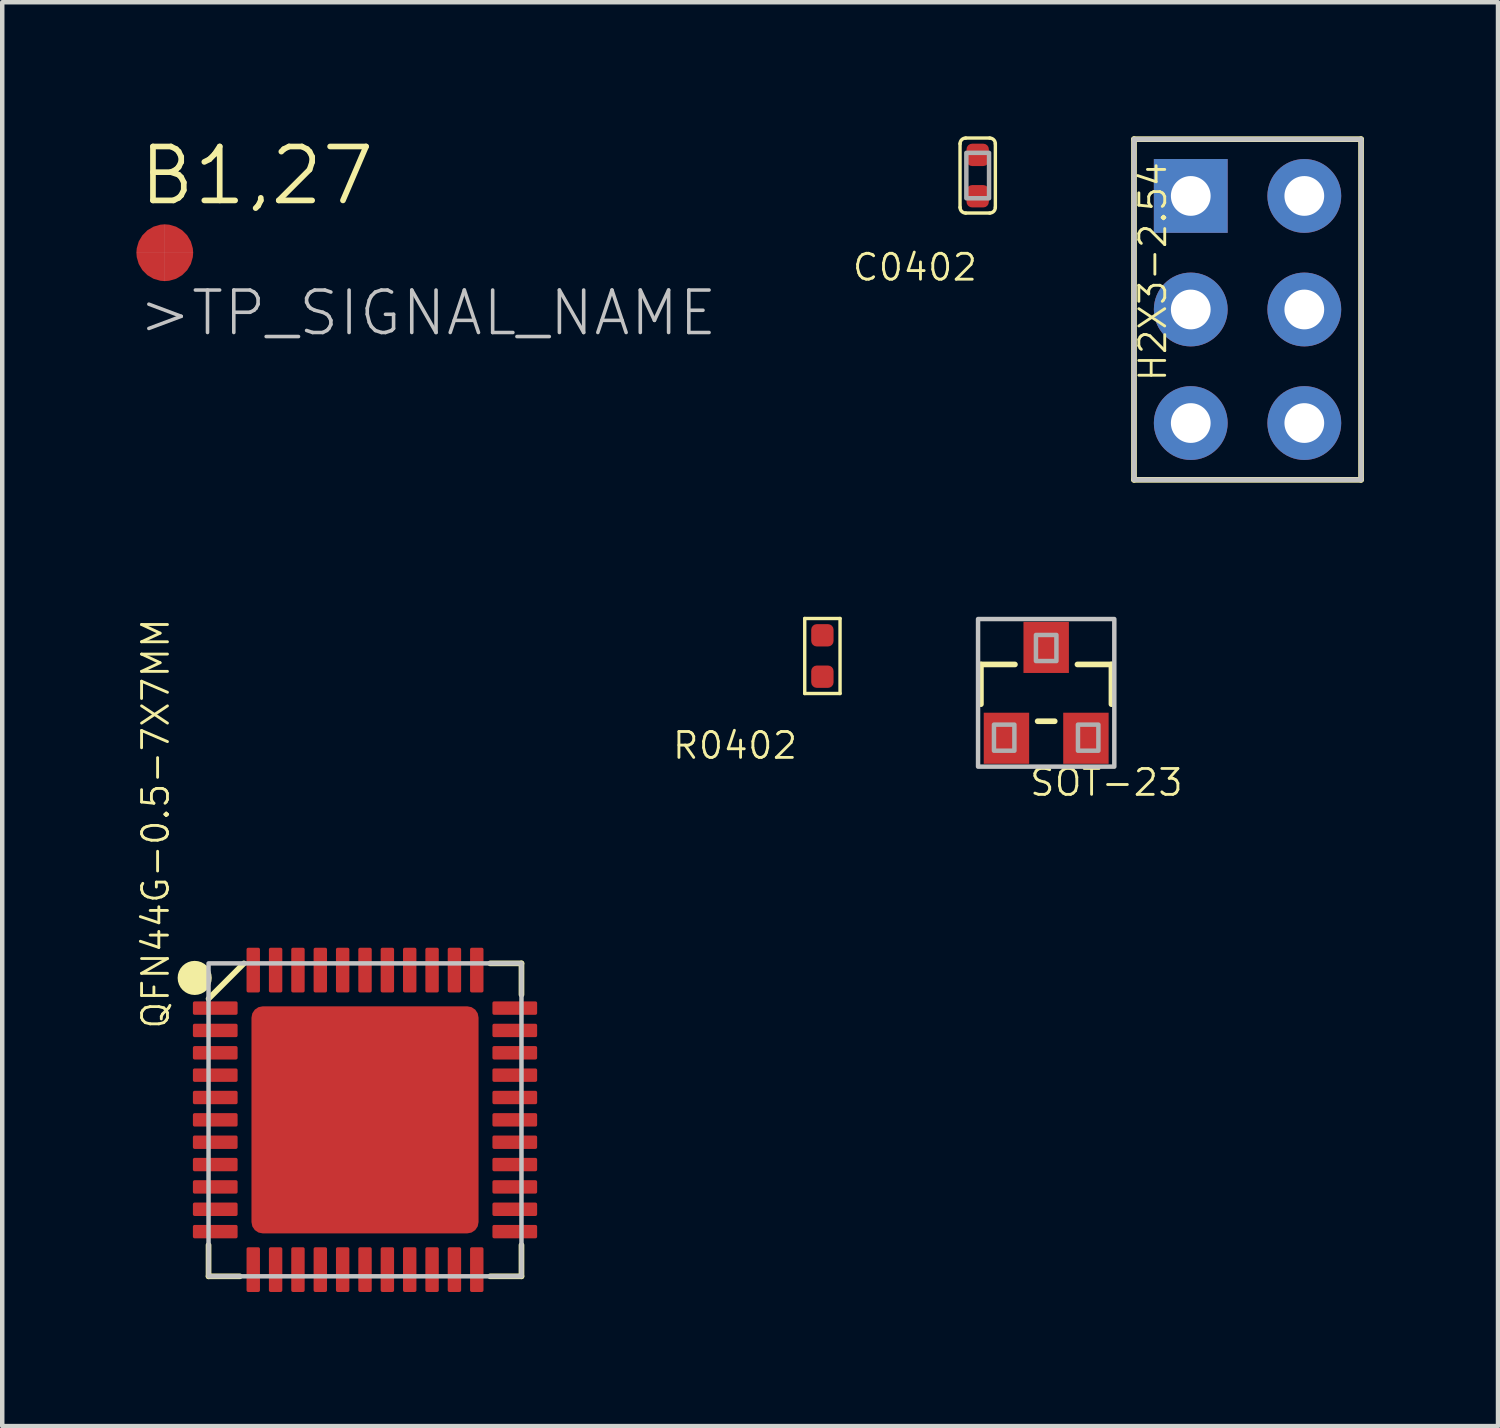
<source format=kicad_pcb>
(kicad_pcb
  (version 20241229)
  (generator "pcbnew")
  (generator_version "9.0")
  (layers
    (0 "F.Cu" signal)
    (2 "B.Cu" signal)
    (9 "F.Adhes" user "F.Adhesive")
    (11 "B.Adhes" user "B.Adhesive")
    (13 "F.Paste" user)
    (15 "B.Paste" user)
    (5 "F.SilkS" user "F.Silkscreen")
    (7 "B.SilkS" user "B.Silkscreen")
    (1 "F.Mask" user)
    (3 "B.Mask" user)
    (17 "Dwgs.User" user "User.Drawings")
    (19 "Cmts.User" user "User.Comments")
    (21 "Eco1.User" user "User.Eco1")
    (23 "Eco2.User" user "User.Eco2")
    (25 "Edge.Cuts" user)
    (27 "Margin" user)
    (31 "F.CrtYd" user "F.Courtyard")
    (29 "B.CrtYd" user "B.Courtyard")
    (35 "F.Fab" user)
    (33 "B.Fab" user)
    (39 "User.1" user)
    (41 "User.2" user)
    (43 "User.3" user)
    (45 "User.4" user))
  (footprint "QFN44G-0.5-7X7MM"
    (layer "F.Cu")
    (at 5.115 22)
    (property "Reference" "QFN44G-0.5-7X7MM" (at -4.345 -1.995 90) (layer "F.SilkS") (effects (font (size 0.579 0.579) (thickness 0.064)) (justify left bottom)))
    (attr through_hole)
    (fp_line (start -3.5 -2.709) (end -2.709 -3.5) (stroke (width 0.127) (type solid)) (layer "F.SilkS"))
    (fp_line (start -3.5 2.8) (end -3.5 3.5) (stroke (width 0.127) (type solid)) (layer "F.SilkS"))
    (fp_line (start -3.5 3.5) (end -2.8 3.5) (stroke (width 0.127) (type solid)) (layer "F.SilkS"))
    (fp_line (start 2.8 3.5) (end 3.5 3.5) (stroke (width 0.127) (type solid)) (layer "F.SilkS"))
    (fp_line (start 3.5 -3.5) (end 2.8 -3.5) (stroke (width 0.127) (type solid)) (layer "F.SilkS"))
    (fp_line (start 3.5 -2.8) (end 3.5 -3.5) (stroke (width 0.127) (type solid)) (layer "F.SilkS"))
    (fp_line (start 3.5 3.5) (end 3.5 2.8) (stroke (width 0.127) (type solid)) (layer "F.SilkS"))
    (fp_circle (center -3.81 -3.175) (end -3.619 -3.175) (stroke (width 0.381) (type solid)) (fill no) (layer "F.SilkS"))
    (fp_poly (pts (xy -3.5 3.5) (xy 3.5 3.5) (xy 3.5 -3.5) (xy -3.5 -3.5)) (stroke (width 0.1) (type solid)) (fill no) (layer "Dwgs.User"))
    (pad "1" smd roundrect (at -3.35 -2.5 180) (size 1 0.3) (layers "F.Cu" "F.Mask" "F.Paste") (roundrect_rratio 0.125))
    (pad "2" smd roundrect (at -3.35 -2 180) (size 1 0.3) (layers "F.Cu" "F.Mask" "F.Paste") (roundrect_rratio 0.125))
    (pad "3" smd roundrect (at -3.35 -1.5 180) (size 1 0.3) (layers "F.Cu" "F.Mask" "F.Paste") (roundrect_rratio 0.125))
    (pad "4" smd roundrect (at -3.35 -1 180) (size 1 0.3) (layers "F.Cu" "F.Mask" "F.Paste") (roundrect_rratio 0.125))
    (pad "5" smd roundrect (at -3.35 -0.5 180) (size 1 0.3) (layers "F.Cu" "F.Mask" "F.Paste") (roundrect_rratio 0.125))
    (pad "6" smd roundrect (at -3.35 0 180) (size 1 0.3) (layers "F.Cu" "F.Mask" "F.Paste") (roundrect_rratio 0.125))
    (pad "7" smd roundrect (at -3.35 0.5 180) (size 1 0.3) (layers "F.Cu" "F.Mask" "F.Paste") (roundrect_rratio 0.125))
    (pad "8" smd roundrect (at -3.35 1 180) (size 1 0.3) (layers "F.Cu" "F.Mask" "F.Paste") (roundrect_rratio 0.125))
    (pad "9" smd roundrect (at -3.35 1.5 180) (size 1 0.3) (layers "F.Cu" "F.Mask" "F.Paste") (roundrect_rratio 0.125))
    (pad "10" smd roundrect (at -3.35 2 180) (size 1 0.3) (layers "F.Cu" "F.Mask" "F.Paste") (roundrect_rratio 0.125))
    (pad "11" smd roundrect (at -3.35 2.5 180) (size 1 0.3) (layers "F.Cu" "F.Mask" "F.Paste") (roundrect_rratio 0.125))
    (pad "12" smd roundrect (at -2.5 3.35 270) (size 1 0.3) (layers "F.Cu" "F.Mask" "F.Paste") (roundrect_rratio 0.125))
    (pad "13" smd roundrect (at -2 3.35 270) (size 1 0.3) (layers "F.Cu" "F.Mask" "F.Paste") (roundrect_rratio 0.125))
    (pad "14" smd roundrect (at -1.5 3.35 270) (size 1 0.3) (layers "F.Cu" "F.Mask" "F.Paste") (roundrect_rratio 0.125))
    (pad "15" smd roundrect (at -1 3.35 270) (size 1 0.3) (layers "F.Cu" "F.Mask" "F.Paste") (roundrect_rratio 0.125))
    (pad "16" smd roundrect (at -0.5 3.35 270) (size 1 0.3) (layers "F.Cu" "F.Mask" "F.Paste") (roundrect_rratio 0.125))
    (pad "17" smd roundrect (at 0 3.35 270) (size 1 0.3) (layers "F.Cu" "F.Mask" "F.Paste") (roundrect_rratio 0.125))
    (pad "18" smd roundrect (at 0.5 3.35 270) (size 1 0.3) (layers "F.Cu" "F.Mask" "F.Paste") (roundrect_rratio 0.125))
    (pad "19" smd roundrect (at 1 3.35 270) (size 1 0.3) (layers "F.Cu" "F.Mask" "F.Paste") (roundrect_rratio 0.125))
    (pad "20" smd roundrect (at 1.5 3.35 270) (size 1 0.3) (layers "F.Cu" "F.Mask" "F.Paste") (roundrect_rratio 0.125))
    (pad "21" smd roundrect (at 2 3.35 270) (size 1 0.3) (layers "F.Cu" "F.Mask" "F.Paste") (roundrect_rratio 0.125))
    (pad "22" smd roundrect (at 2.5 3.35 270) (size 1 0.3) (layers "F.Cu" "F.Mask" "F.Paste") (roundrect_rratio 0.125))
    (pad "23" smd roundrect (at 3.35 2.5) (size 1 0.3) (layers "F.Cu" "F.Mask" "F.Paste") (roundrect_rratio 0.125))
    (pad "24" smd roundrect (at 3.35 2) (size 1 0.3) (layers "F.Cu" "F.Mask" "F.Paste") (roundrect_rratio 0.125))
    (pad "25" smd roundrect (at 3.35 1.5) (size 1 0.3) (layers "F.Cu" "F.Mask" "F.Paste") (roundrect_rratio 0.125))
    (pad "26" smd roundrect (at 3.35 1) (size 1 0.3) (layers "F.Cu" "F.Mask" "F.Paste") (roundrect_rratio 0.125))
    (pad "27" smd roundrect (at 3.35 0.5) (size 1 0.3) (layers "F.Cu" "F.Mask" "F.Paste") (roundrect_rratio 0.125))
    (pad "28" smd roundrect (at 3.35 0) (size 1 0.3) (layers "F.Cu" "F.Mask" "F.Paste") (roundrect_rratio 0.125))
    (pad "29" smd roundrect (at 3.35 -0.5) (size 1 0.3) (layers "F.Cu" "F.Mask" "F.Paste") (roundrect_rratio 0.125))
    (pad "30" smd roundrect (at 3.35 -1) (size 1 0.3) (layers "F.Cu" "F.Mask" "F.Paste") (roundrect_rratio 0.125))
    (pad "31" smd roundrect (at 3.35 -1.5) (size 1 0.3) (layers "F.Cu" "F.Mask" "F.Paste") (roundrect_rratio 0.125))
    (pad "32" smd roundrect (at 3.35 -2) (size 1 0.3) (layers "F.Cu" "F.Mask" "F.Paste") (roundrect_rratio 0.125))
    (pad "33" smd roundrect (at 3.35 -2.5) (size 1 0.3) (layers "F.Cu" "F.Mask" "F.Paste") (roundrect_rratio 0.125))
    (pad "34" smd roundrect (at 2.5 -3.35 90) (size 1 0.3) (layers "F.Cu" "F.Mask" "F.Paste") (roundrect_rratio 0.125))
    (pad "35" smd roundrect (at 2 -3.35 90) (size 1 0.3) (layers "F.Cu" "F.Mask" "F.Paste") (roundrect_rratio 0.125))
    (pad "36" smd roundrect (at 1.5 -3.35 90) (size 1 0.3) (layers "F.Cu" "F.Mask" "F.Paste") (roundrect_rratio 0.125))
    (pad "37" smd roundrect (at 1 -3.35 90) (size 1 0.3) (layers "F.Cu" "F.Mask" "F.Paste") (roundrect_rratio 0.125))
    (pad "38" smd roundrect (at 0.5 -3.35 90) (size 1 0.3) (layers "F.Cu" "F.Mask" "F.Paste") (roundrect_rratio 0.125))
    (pad "39" smd roundrect (at 0 -3.35 90) (size 1 0.3) (layers "F.Cu" "F.Mask" "F.Paste") (roundrect_rratio 0.125))
    (pad "40" smd roundrect (at -0.5 -3.35 90) (size 1 0.3) (layers "F.Cu" "F.Mask" "F.Paste") (roundrect_rratio 0.125))
    (pad "41" smd roundrect (at -1 -3.35 90) (size 1 0.3) (layers "F.Cu" "F.Mask" "F.Paste") (roundrect_rratio 0.125))
    (pad "42" smd roundrect (at -1.5 -3.35 90) (size 1 0.3) (layers "F.Cu" "F.Mask" "F.Paste") (roundrect_rratio 0.125))
    (pad "43" smd roundrect (at -2 -3.35 90) (size 1 0.3) (layers "F.Cu" "F.Mask" "F.Paste") (roundrect_rratio 0.125))
    (pad "44" smd roundrect (at -2.5 -3.35 90) (size 1 0.3) (layers "F.Cu" "F.Mask" "F.Paste") (roundrect_rratio 0.125))
    (pad "TAB" smd roundrect (at 0 0) (size 5.08 5.08) (layers "F.Cu" "F.Mask" "F.Paste") (roundrect_rratio 0.05)))
  (footprint "H2X3-2.54"
    (layer "F.Cu")
    (at 24.856 3.873)
    (property "Reference" "H2X3-2.54" (at -1.778 1.651 90) (layer "F.SilkS") (effects (font (size 0.579 0.579) (thickness 0.064)) (justify left bottom)))
    (attr through_hole)
    (fp_line (start -2.54 -3.81) (end 2.54 -3.81) (stroke (width 0.127) (type solid)) (layer "F.SilkS"))
    (fp_line (start -2.54 3.81) (end -2.54 -3.81) (stroke (width 0.127) (type solid)) (layer "F.SilkS"))
    (fp_line (start 2.54 -3.81) (end 2.54 3.81) (stroke (width 0.127) (type solid)) (layer "F.SilkS"))
    (fp_line (start 2.54 3.81) (end -2.54 3.81) (stroke (width 0.127) (type solid)) (layer "F.SilkS"))
    (fp_line (start -2.54 -3.81) (end 2.54 -3.81) (stroke (width 0.1) (type solid)) (layer "Dwgs.User"))
    (fp_line (start -2.54 3.81) (end -2.54 -3.81) (stroke (width 0.1) (type solid)) (layer "Dwgs.User"))
    (fp_line (start 2.54 -3.81) (end 2.54 3.81) (stroke (width 0.1) (type solid)) (layer "Dwgs.User"))
    (fp_line (start 2.54 3.81) (end -2.54 3.81) (stroke (width 0.1) (type solid)) (layer "Dwgs.User"))
    (fp_poly (pts (xy -2.54 3.81) (xy 2.54 3.81) (xy 2.54 -3.81) (xy -2.54 -3.81)) (stroke (width 0.1) (type solid)) (fill no) (layer "Dwgs.User"))
    (pad "1" thru_hole rect (at -1.27 -2.54) (size 1.651 1.651) (drill 0.889) (layers "*.Cu" "*.Mask"))
    (pad "2" thru_hole circle (at -1.27 0) (size 1.651 1.651) (drill 0.889) (layers "*.Cu" "*.Mask"))
    (pad "3" thru_hole circle (at -1.27 2.54) (size 1.651 1.651) (drill 0.889) (layers "*.Cu" "*.Mask"))
    (pad "4" thru_hole circle (at 1.27 2.54) (size 1.651 1.651) (drill 0.889) (layers "*.Cu" "*.Mask"))
    (pad "5" thru_hole circle (at 1.27 0) (size 1.651 1.651) (drill 0.889) (layers "*.Cu" "*.Mask"))
    (pad "6" thru_hole circle (at 1.27 -2.54) (size 1.651 1.651) (drill 0.889) (layers "*.Cu" "*.Mask")))
  (footprint "C0402"
    (layer "F.Cu")
    (at 18.82 0.877)
    (property "Reference" "C0402" (at 0.03 1.715 0) (layer "F.SilkS") (effects (font (size 0.579 0.579) (thickness 0.064)) (justify right top)))
    (attr through_hole)
    (fp_line (start -0.395 0.712) (end -0.395 -0.712) (stroke (width 0.076) (type solid)) (layer "F.SilkS"))
    (fp_line (start -0.268 -0.839) (end 0.268 -0.839) (stroke (width 0.076) (type solid)) (layer "F.SilkS"))
    (fp_line (start 0.268 0.839) (end -0.268 0.839) (stroke (width 0.076) (type solid)) (layer "F.SilkS"))
    (fp_line (start 0.395 -0.712) (end 0.395 0.712) (stroke (width 0.076) (type solid)) (layer "F.SilkS"))
    (fp_arc (start -0.3945 -0.712) (mid -0.357303 -0.801803) (end -0.2675 -0.839) (stroke (width 0.0762) (type solid)) (layer "F.SilkS"))
    (fp_arc (start -0.2675 0.839) (mid -0.357303 0.801803) (end -0.3945 0.712) (stroke (width 0.0762) (type solid)) (layer "F.SilkS"))
    (fp_arc (start 0.2675 -0.839) (mid 0.357303 -0.801803) (end 0.3945 -0.712) (stroke (width 0.0762) (type solid)) (layer "F.SilkS"))
    (fp_arc (start 0.3945 0.712) (mid 0.357303 0.801803) (end 0.2675 0.839) (stroke (width 0.0762) (type solid)) (layer "F.SilkS"))
    (fp_poly (pts (xy 0.254 -0.508) (xy 0.254 0.508) (xy -0.254 0.508) (xy -0.254 -0.508)) (stroke (width 0.1) (type solid)) (fill no) (layer "F.Fab"))
    (pad "1" smd roundrect (at 0 -0.463 270) (size 0.5 0.5) (layers "F.Cu" "F.Mask" "F.Paste") (roundrect_rratio 0.25))
    (pad "2" smd roundrect (at 0 0.463 270) (size 0.5 0.5) (layers "F.Cu" "F.Mask" "F.Paste") (roundrect_rratio 0.25)))
  (footprint "SOT-23"
    (layer "F.Cu")
    (at 20.352 12.448)
    (property "Reference" "SOT-23" (at -0.405 2.345 180) (layer "F.SilkS") (effects (font (size 0.579 0.579) (thickness 0.064)) (justify left bottom)))
    (attr through_hole)
    (fp_line (start -1.46 -0.635) (end -1.46 0.254) (stroke (width 0.127) (type solid)) (layer "F.SilkS"))
    (fp_line (start -0.699 -0.635) (end -1.46 -0.635) (stroke (width 0.127) (type solid)) (layer "F.SilkS"))
    (fp_line (start -0.191 0.635) (end 0.191 0.635) (stroke (width 0.127) (type solid)) (layer "F.SilkS"))
    (fp_line (start 1.46 -0.635) (end 0.699 -0.635) (stroke (width 0.127) (type solid)) (layer "F.SilkS"))
    (fp_line (start 1.46 0.254) (end 1.46 -0.635) (stroke (width 0.127) (type solid)) (layer "F.SilkS"))
    (fp_poly (pts (xy -1.524 1.651) (xy 1.524 1.651) (xy 1.524 -1.651) (xy -1.524 -1.651)) (stroke (width 0.1) (type solid)) (fill no) (layer "Dwgs.User"))
    (fp_poly (pts (xy -1.168 1.295) (xy -0.711 1.295) (xy -0.711 0.711) (xy -1.168 0.711)) (stroke (width 0.1) (type solid)) (fill no) (layer "F.Fab"))
    (fp_poly (pts (xy -0.229 -0.711) (xy 0.229 -0.711) (xy 0.229 -1.295) (xy -0.229 -1.295)) (stroke (width 0.1) (type solid)) (fill no) (layer "F.Fab"))
    (fp_poly (pts (xy 0.711 1.295) (xy 1.168 1.295) (xy 1.168 0.711) (xy 0.711 0.711)) (stroke (width 0.1) (type solid)) (fill no) (layer "F.Fab"))
    (pad "1" smd rect (at -0.889 1.016 180) (size 1.016 1.143) (layers "F.Cu" "F.Mask" "F.Paste"))
    (pad "2" smd rect (at 0.889 1.016) (size 1.016 1.143) (layers "F.Cu" "F.Mask" "F.Paste"))
    (pad "3" smd rect (at 0 -1.016) (size 1.016 1.143) (layers "F.Cu" "F.Mask" "F.Paste")))
  (footprint "R0402"
    (layer "F.Cu")
    (at 15.346 11.624)
    (property "Reference" "R0402" (at -0.52 1.665 0) (layer "F.SilkS") (effects (font (size 0.579 0.579) (thickness 0.064)) (justify right top)))
    (attr through_hole)
    (fp_line (start -0.395 -0.839) (end 0.395 -0.839) (stroke (width 0.076) (type solid)) (layer "F.SilkS"))
    (fp_line (start -0.395 0.839) (end -0.395 -0.839) (stroke (width 0.076) (type solid)) (layer "F.SilkS"))
    (fp_line (start 0.395 -0.839) (end 0.395 0.839) (stroke (width 0.076) (type solid)) (layer "F.SilkS"))
    (fp_line (start 0.395 0.839) (end -0.395 0.839) (stroke (width 0.076) (type solid)) (layer "F.SilkS"))
    (pad "1" smd roundrect (at 0 -0.463 270) (size 0.5 0.5) (layers "F.Cu" "F.Mask" "F.Paste") (roundrect_rratio 0.25))
    (pad "2" smd roundrect (at 0 0.463 270) (size 0.5 0.5) (layers "F.Cu" "F.Mask" "F.Paste") (roundrect_rratio 0.25)))
  (footprint "B1,27"
    (layer "F.Cu")
    (at 0.636 2.603)
    (property "Reference" "B1,27" (at -0.635 -1.016 0) (layer "F.SilkS") (effects (font (size 1.206 1.206) (thickness 0.127)) (justify left bottom)))
    (attr through_hole)
    (fp_line (start -0.635 0) (end 0.635 0) (stroke (width 0.002) (type solid)) (layer "Dwgs.User"))
    (fp_line (start 0 -0.635) (end 0 0.635) (stroke (width 0.002) (type solid)) (layer "Dwgs.User"))
    (fp_text user ">TP_SIGNAL_NAME" (at -0.635 1.905 0) (layer "Dwgs.User") (effects (font (size 0.95 0.95) (thickness 0.08)) (justify left bottom)))
    (pad "TP" smd roundrect (at 0 0) (size 1.27 1.27) (layers "F.Cu" "F.Mask") (roundrect_rratio 0.5)))
  (gr_rect
    (start -3 -3)
    (end 30.459 28.85)
    (stroke (width 0.1) (type default))
    (fill no)
    (layer "Edge.Cuts")))
</source>
